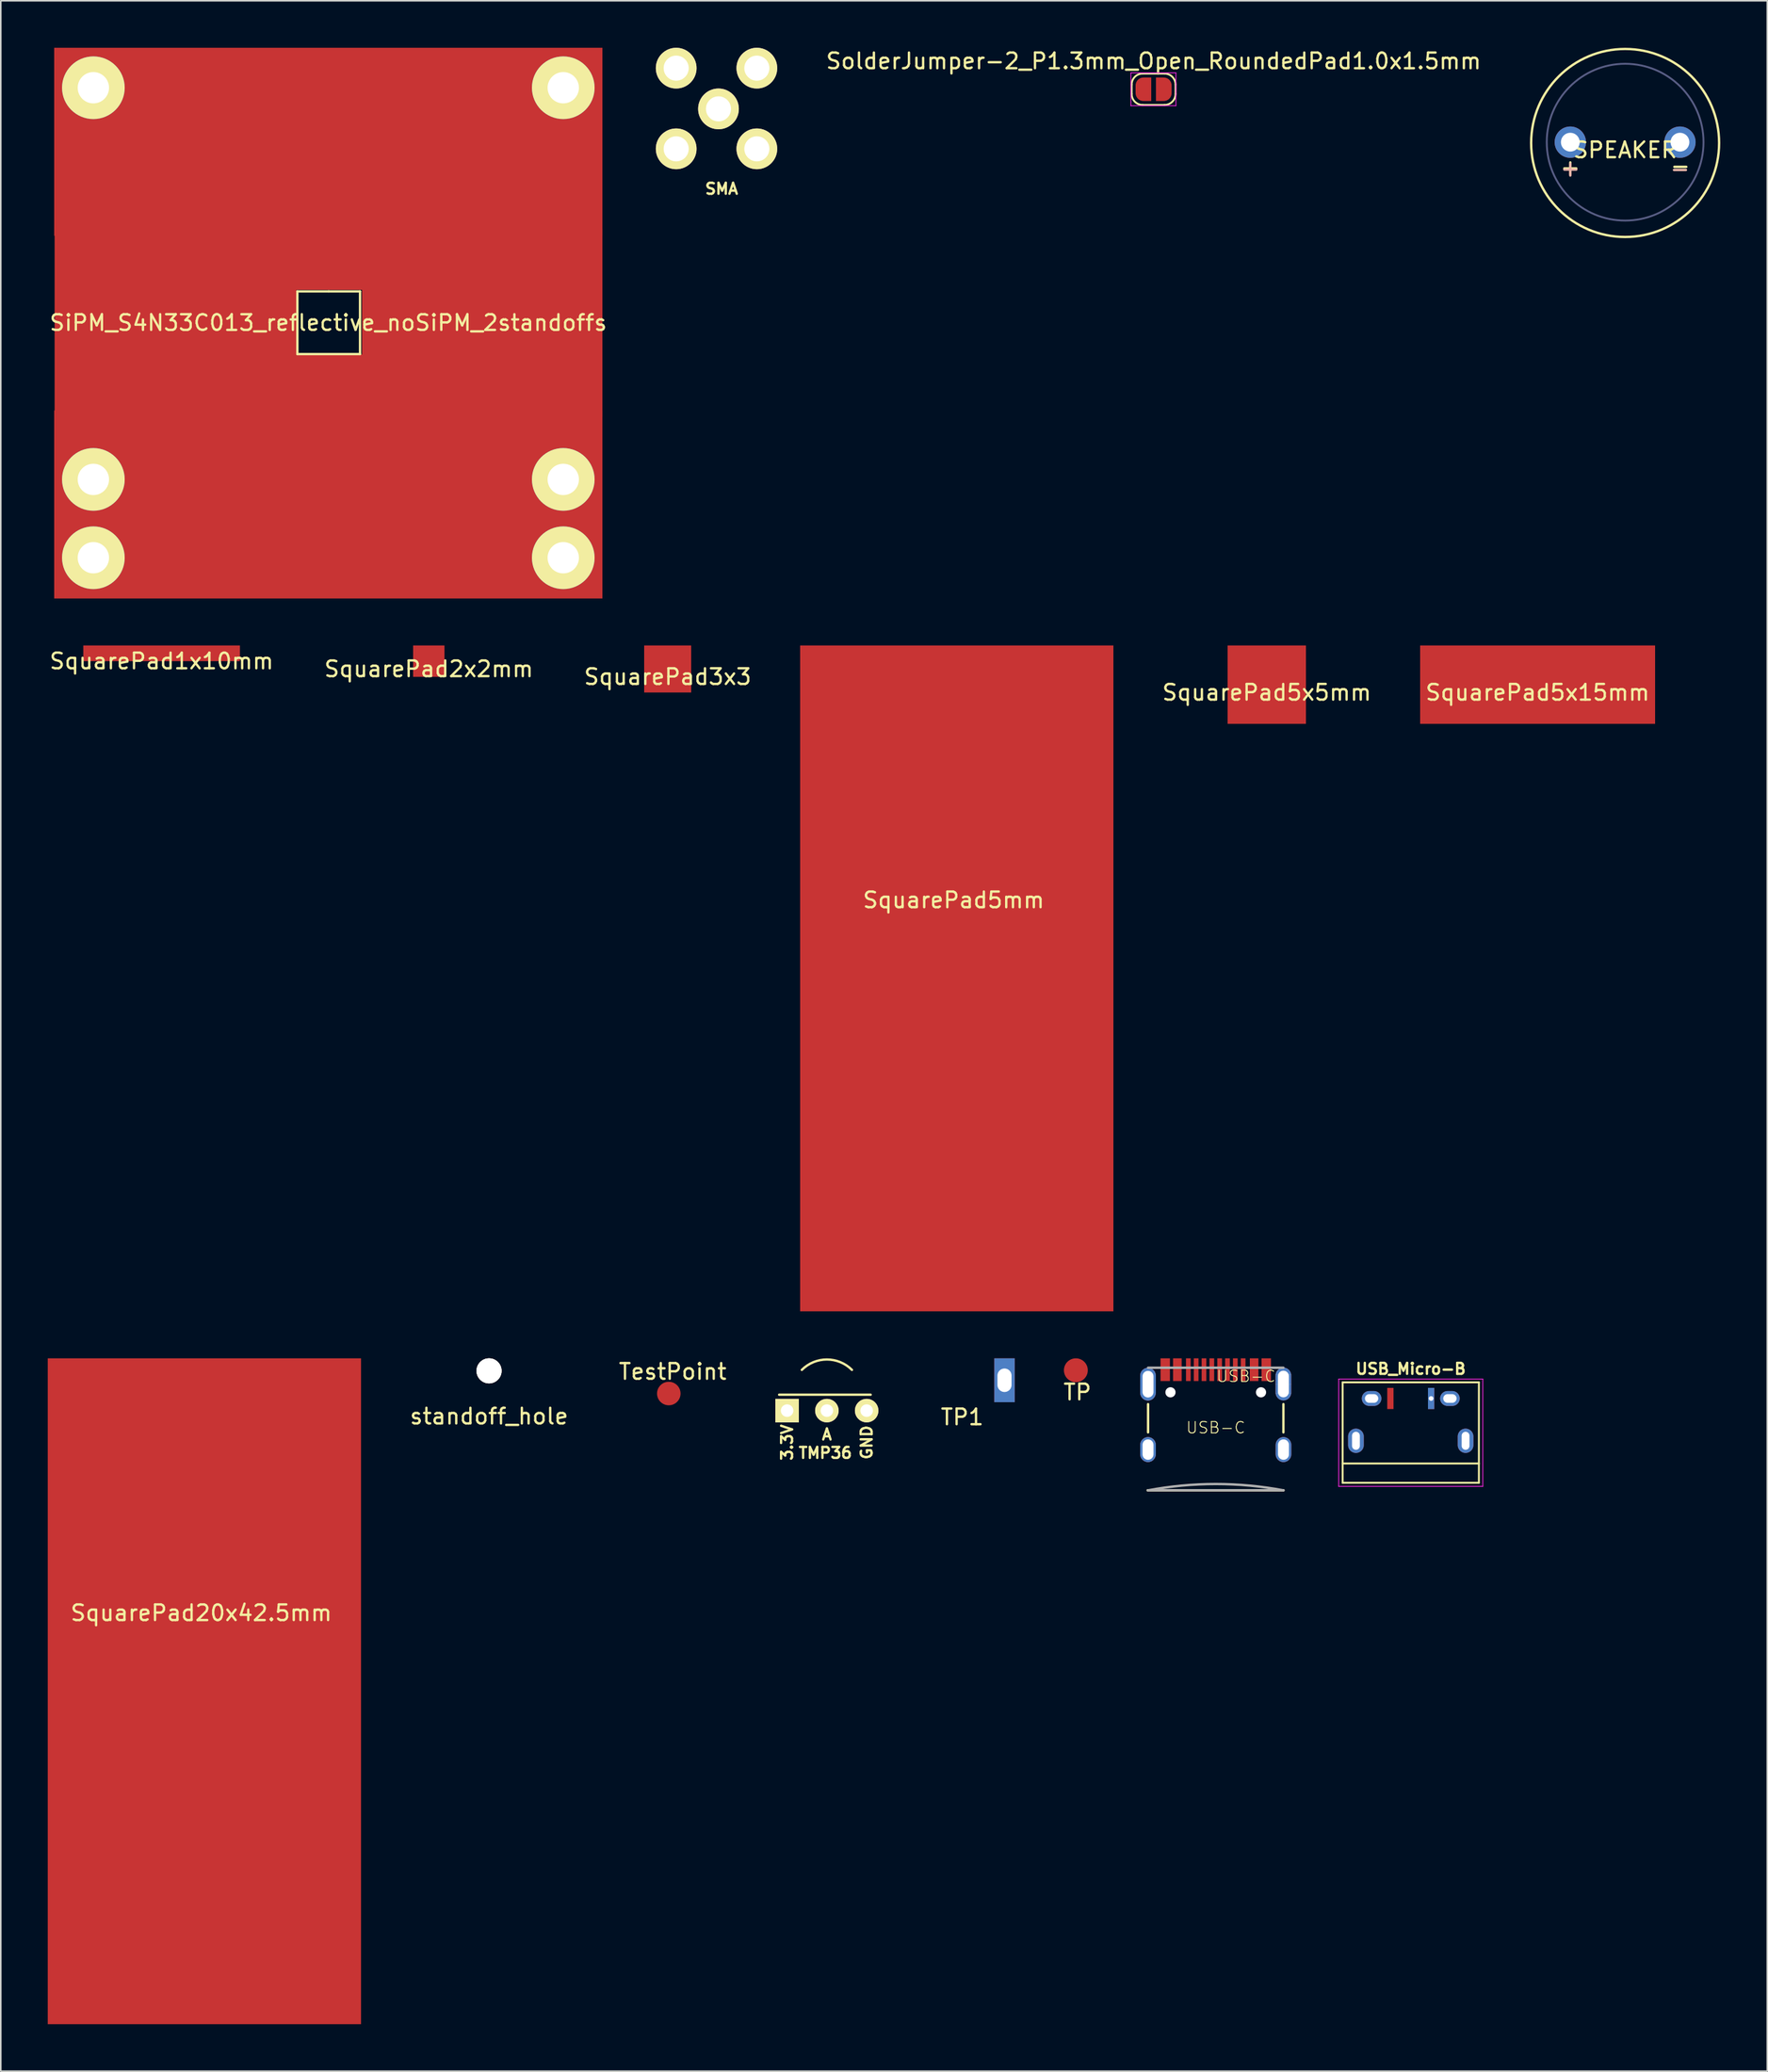
<source format=kicad_pcb>
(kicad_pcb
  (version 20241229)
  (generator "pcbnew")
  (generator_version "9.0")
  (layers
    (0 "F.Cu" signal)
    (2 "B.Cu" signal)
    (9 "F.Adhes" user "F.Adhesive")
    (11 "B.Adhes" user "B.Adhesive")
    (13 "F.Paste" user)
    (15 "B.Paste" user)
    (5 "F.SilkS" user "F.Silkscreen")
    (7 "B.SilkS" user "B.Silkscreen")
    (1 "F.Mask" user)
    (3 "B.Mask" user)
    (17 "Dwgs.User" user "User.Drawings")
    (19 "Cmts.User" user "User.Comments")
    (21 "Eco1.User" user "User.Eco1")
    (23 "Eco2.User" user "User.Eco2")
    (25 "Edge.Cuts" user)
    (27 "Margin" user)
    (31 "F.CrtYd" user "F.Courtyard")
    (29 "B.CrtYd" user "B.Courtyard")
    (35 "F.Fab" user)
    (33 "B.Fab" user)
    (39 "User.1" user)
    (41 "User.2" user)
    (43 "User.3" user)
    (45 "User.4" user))
  (footprint "TP"
    (layer "F.Cu")
    (at 65.638 84.412)
    (property "Reference" "TP" (at 0.1 1.4 0) (layer "F.SilkS") (effects (font (size 1 1) (thickness 0.15))))
    (attr through_hole)
    (pad "1" smd circle (at 0 0) (size 1.524 1.524) (layers "F.Cu" "F.Mask" "F.Paste")))
  (footprint "SquarePad3x3"
    (layer "F.Cu")
    (at 39.577 39.65)
    (property "Reference" "SquarePad3x3" (at 0 0.5 0) (layer "F.SilkS") (effects (font (size 1 1) (thickness 0.15))))
    (attr through_hole)
    (pad "5" smd rect (at 0 0) (size 3 3) (layers "F.Cu" "F.Mask" "F.Paste")))
  (footprint "USB_Micro-B"
    (layer "F.Cu")
    (at 87.019 87.563)
    (property "Reference" "USB_Micro-B" (at 0 -3.24 0) (layer "F.SilkS") (effects (font (size 0.7 0.7) (thickness 0.15))))
    (attr smd)
    (fp_line (start -4.35 -2.38) (end 4.35 -2.38) (stroke (width 0.12) (type solid)) (layer "F.SilkS"))
    (fp_line (start -4.35 4.03) (end -4.35 -2.38) (stroke (width 0.12) (type solid)) (layer "F.SilkS"))
    (fp_line (start -4.35 4.03) (end 4.35 4.03) (stroke (width 0.12) (type solid)) (layer "F.SilkS"))
    (fp_line (start 4.35 -2.38) (end 4.35 4.03) (stroke (width 0.12) (type solid)) (layer "F.SilkS"))
    (fp_line (start 4.35 2.8) (end -4.35 2.8) (stroke (width 0.12) (type solid)) (layer "F.SilkS"))
    (fp_line (start -4.6 -2.59) (end 4.6 -2.59) (stroke (width 0.05) (type solid)) (layer "F.CrtYd"))
    (fp_line (start -4.6 4.26) (end -4.6 -2.59) (stroke (width 0.05) (type solid)) (layer "F.CrtYd"))
    (fp_line (start 4.6 -2.59) (end 4.6 4.26) (stroke (width 0.05) (type solid)) (layer "F.CrtYd"))
    (fp_line (start 4.6 4.26) (end -4.6 4.26) (stroke (width 0.05) (type solid)) (layer "F.CrtYd"))
    (pad "1" smd rect (at -1.3 -1.35 90) (size 1.35 0.4) (layers "F.Cu" "F.Mask" "F.Paste"))
    (pad "5" thru_hole rect (at 1.3 -1.35 90) (size 1.35 0.4) (drill 0.3) (layers "*.Cu" "*.Mask"))
    (pad "6" thru_hole oval (at -3.5 1.35 90) (size 1.55 1) (drill oval 1.15 0.5) (layers "*.Cu" "*.Mask"))
    (pad "6" thru_hole oval (at -2.5 -1.35 90) (size 0.95 1.25) (drill oval 0.55 0.85) (layers "*.Cu" "*.Mask"))
    (pad "6" thru_hole oval (at 2.5 -1.35 90) (size 0.95 1.25) (drill oval 0.55 0.85) (layers "*.Cu" "*.Mask"))
    (pad "6" thru_hole oval (at 3.5 1.35 90) (size 1.55 1) (drill oval 1.15 0.5) (layers "*.Cu" "*.Mask")))
  (footprint "SquarePad5mm"
    (layer "F.Cu")
    (at 58.036 59.4)
    (property "Reference" "SquarePad5mm" (at -0.2 -5 0) (layer "F.SilkS") (effects (font (size 1 1) (thickness 0.15))))
    (attr through_hole)
    (pad "2" smd rect (at 0 0) (size 20 42.5) (layers "F.Cu" "F.Mask" "F.Paste")))
  (footprint "SolderJumper-2_P1.3mm_Open_RoundedPad1.0x1.5mm"
    (layer "F.Cu")
    (at 70.601 2.648)
    (property "Reference" "SolderJumper-2_P1.3mm_Open_RoundedPad1.0x1.5mm" (at 0 -1.8 0) (layer "F.SilkS") (effects (font (size 1 1) (thickness 0.15))))
    (attr exclude_from_pos_files exclude_from_bom)
    (fp_line (start -1.4 0.3) (end -1.4 -0.3) (stroke (width 0.12) (type solid)) (layer "F.SilkS"))
    (fp_line (start -0.7 -1) (end 0.7 -1) (stroke (width 0.12) (type solid)) (layer "F.SilkS"))
    (fp_line (start 0.7 1) (end -0.7 1) (stroke (width 0.12) (type solid)) (layer "F.SilkS"))
    (fp_line (start 1.4 -0.3) (end 1.4 0.3) (stroke (width 0.12) (type solid)) (layer "F.SilkS"))
    (fp_arc (start -1.4 -0.3) (mid -1.194975 -0.794975) (end -0.7 -1) (stroke (width 0.12) (type solid)) (layer "F.SilkS"))
    (fp_arc (start -0.7 1) (mid -1.194975 0.794975) (end -1.4 0.3) (stroke (width 0.12) (type solid)) (layer "F.SilkS"))
    (fp_arc (start 0.7 -1) (mid 1.194975 -0.794975) (end 1.4 -0.3) (stroke (width 0.12) (type solid)) (layer "F.SilkS"))
    (fp_arc (start 1.4 0.3) (mid 1.194975 0.794975) (end 0.7 1) (stroke (width 0.12) (type solid)) (layer "F.SilkS"))
    (fp_line (start -1.45 -1.05) (end -1.45 1.05) (stroke (width 0.05) (type solid)) (layer "F.CrtYd"))
    (fp_line (start -1.45 -1.05) (end 1.425 -1.05) (stroke (width 0.05) (type solid)) (layer "F.CrtYd"))
    (fp_line (start 1.425 1.05) (end -1.45 1.05) (stroke (width 0.05) (type solid)) (layer "F.CrtYd"))
    (fp_line (start 1.425 1.05) (end 1.425 -1.05) (stroke (width 0.05) (type solid)) (layer "F.CrtYd"))
    (pad "1" smd custom (at -0.65 0) (size 1 0.5) (layers "F.Cu" "F.Mask") (options (anchor rect)) (primitives (gr_circle (center 0 0.25) (end 0.5 0.25) (width 0) (fill yes)) (gr_circle (center 0 -0.25) (end 0.5 -0.25) (width 0) (fill yes)) (gr_poly (pts (xy 0 -0.75) (xy 0.5 -0.75) (xy 0.5 0.75) (xy 0 0.75)) (width 0) (fill yes))))
    (pad "2" smd custom (at 0.65 0) (size 1 0.5) (layers "F.Cu" "F.Mask") (options (anchor rect)) (primitives (gr_circle (center 0 0.25) (end 0.5 0.25) (width 0) (fill yes)) (gr_circle (center 0 -0.25) (end 0.5 -0.25) (width 0) (fill yes)) (gr_poly (pts (xy 0 -0.75) (xy -0.5 -0.75) (xy -0.5 0.75) (xy 0 0.75)) (width 0) (fill yes)))))
  (footprint "SiPM_S4N33C013_reflective_noSiPM_2standoffs"
    (layer "F.Cu")
    (at 17.911 17.55)
    (property "Reference" "SiPM_S4N33C013_reflective_noSiPM_2standoffs" (at 0 0 0) (layer "F.SilkS") (effects (font (size 1 1) (thickness 0.15))))
    (attr through_hole)
    (fp_line (start -1.975 -2) (end 0.025 -2) (stroke (width 0.15) (type solid)) (layer "F.SilkS"))
    (fp_line (start -1.975 2) (end -1.975 -2) (stroke (width 0.15) (type solid)) (layer "F.SilkS"))
    (fp_line (start 0.025 -2) (end 2.025 -2) (stroke (width 0.15) (type solid)) (layer "F.SilkS"))
    (fp_line (start 2.025 -2) (end 2.025 2) (stroke (width 0.15) (type solid)) (layer "F.SilkS"))
    (fp_line (start 2.025 2) (end -1.975 2) (stroke (width 0.15) (type solid)) (layer "F.SilkS"))
    (pad "1" thru_hole circle (at -15 -15) (size 4 4) (drill 2) (layers "*.Cu" "*.Mask" "F.SilkS"))
    (pad "1" thru_hole circle (at -15 10) (size 4 4) (drill 2) (layers "*.Cu" "*.Mask" "F.SilkS"))
    (pad "1" thru_hole circle (at -15 15) (size 4 4) (drill 2) (layers "*.Cu" "*.Mask" "F.SilkS"))
    (pad "1" smd rect (at -11.475 -0.1) (size 12 12) (layers "F.Cu" "F.Mask" "F.Paste"))
    (pad "1" smd rect (at -8.025 0.55) (size 12 12) (layers "F.Cu" "F.Mask" "F.Paste"))
    (pad "1" smd rect (at -1.875 8.025) (size 12 12) (layers "F.Cu" "F.Mask" "F.Paste"))
    (pad "1" smd rect (at -0.55 -8.1) (size 12 12) (layers "F.Cu" "F.Mask" "F.Paste"))
    (pad "1" smd rect (at 0 -11.55) (size 35 12) (layers "F.Cu" "F.Mask" "F.Paste"))
    (pad "1" smd rect (at 0 11.6) (size 35 12) (layers "F.Cu" "F.Mask" "F.Paste"))
    (pad "1" smd rect (at 7.5 -5.15) (size 4 2) (layers "F.Cu" "F.Mask" "F.Paste"))
    (pad "1" smd rect (at 7.5 -3.15) (size 4 2) (layers "F.Cu" "F.Mask" "F.Paste"))
    (pad "1" smd rect (at 8.15 0.075) (size 12 12) (layers "F.Cu" "F.Mask" "F.Paste"))
    (pad "1" smd rect (at 11.5 0) (size 12 12) (layers "F.Cu" "F.Mask" "F.Paste"))
    (pad "1" thru_hole circle (at 15 -15) (size 4 4) (drill 2) (layers "*.Cu" "*.Mask" "F.SilkS"))
    (pad "1" thru_hole circle (at 15 10) (size 4 4) (drill 2) (layers "*.Cu" "*.Mask" "F.SilkS"))
    (pad "1" thru_hole circle (at 15 15) (size 4 4) (drill 2) (layers "*.Cu" "*.Mask" "F.SilkS")))
  (footprint "SquarePad20x42.5mm"
    (layer "F.Cu")
    (at 10 104.9)
    (property "Reference" "SquarePad20x42.5mm" (at -0.2 -5 0) (layer "F.SilkS") (effects (font (size 1 1) (thickness 0.15))))
    (attr through_hole)
    (pad "2" smd rect (at 0 0) (size 20 42.5) (layers "F.Cu" "F.Mask" "F.Paste")))
  (footprint "SquarePad1x10mm"
    (layer "F.Cu")
    (at 7.268 38.65)
    (property "Reference" "SquarePad1x10mm" (at 0 0.5 0) (layer "F.SilkS") (effects (font (size 1 1) (thickness 0.15))))
    (attr through_hole)
    (pad "4" smd rect (at 0 0) (size 10 1) (layers "F.Cu" "F.Mask" "F.Paste")))
  (footprint "SquarePad5x15mm"
    (layer "F.Cu")
    (at 95.119 40.65)
    (property "Reference" "SquarePad5x15mm" (at 0 0.5 0) (layer "F.SilkS") (effects (font (size 1 1) (thickness 0.15))))
    (attr through_hole)
    (pad "3" smd rect (at 0 0) (size 15 5) (layers "F.Cu" "F.Mask" "F.Paste")))
  (footprint "TP1"
    (layer "F.Cu")
    (at 56.282 84.3)
    (property "Reference" "TP1" (at 2.1 3.1 0) (layer "F.SilkS") (effects (font (size 1 1) (thickness 0.15))))
    (attr through_hole)
    (pad "1" thru_hole rect (at 4.8 0.75 90) (size 2.8 1.3) (drill oval 1.5 0.9) (layers "*.Cu" "*.Mask")))
  (footprint "SquarePad5x5mm"
    (layer "F.Cu")
    (at 77.827 40.65)
    (property "Reference" "SquarePad5x5mm" (at 0 0.5 0) (layer "F.SilkS") (effects (font (size 1 1) (thickness 0.15))))
    (attr through_hole)
    (pad "3" smd rect (at 0 0) (size 5 5) (layers "F.Cu" "F.Mask" "F.Paste")))
  (footprint "SquarePad2x2mm"
    (layer "F.Cu")
    (at 24.327 39.15)
    (property "Reference" "SquarePad2x2mm" (at 0 0.5 0) (layer "F.SilkS") (effects (font (size 1 1) (thickness 0.15))))
    (attr through_hole)
    (pad "6" smd rect (at 0 0) (size 2 2) (layers "F.Cu" "F.Mask" "F.Paste")))
  (footprint "SPEAKER"
    (layer "F.Cu")
    (at 100.706 6.025)
    (property "Reference" "SPEAKER" (at 0 0.5 0) (layer "F.SilkS") (effects (font (size 1 1) (thickness 0.15))))
    (attr through_hole)
    (fp_circle (center 0 0.05) (end 6 0.05) (stroke (width 0.15) (type solid)) (fill no) (layer "F.SilkS"))
    (fp_circle (center 0 0) (end 0.2 5) (stroke (width 0.12) (type solid)) (fill no) (layer "B.Fab"))
    (fp_text user "-" (at 3.525 1.5 0) (layer "F.SilkS") (effects (font (size 1 1) (thickness 0.15))))
    (fp_text user "+" (at -3.5 1.6 0) (layer "F.SilkS") (effects (font (size 1 1) (thickness 0.15))))
    (fp_text user "-" (at 3.5 1.7 0) (layer "B.SilkS") (effects (font (size 1 1) (thickness 0.15))))
    (fp_text user "+" (at -3.5 1.675 0) (layer "B.SilkS") (effects (font (size 1 1) (thickness 0.15))))
    (pad "1" thru_hole circle (at -3.5 0) (size 2 2) (drill 1.2) (layers "*.Cu" "*.Mask"))
    (pad "2" thru_hole circle (at 3.5 0) (size 2 2) (drill 1.2) (layers "*.Cu" "*.Mask")))
  (footprint "TestPoint"
    (layer "F.Cu")
    (at 39.649 85.898)
    (property "Reference" "TestPoint" (at 0.25 -1.4 0) (layer "F.SilkS") (effects (font (size 1 1) (thickness 0.15))))
    (attr through_hole)
    (pad "1" smd circle (at 0 0) (size 1.5 1.5) (layers "F.Cu" "F.Mask" "F.Paste")))
  (footprint "standoff_hole"
    (layer "F.Cu")
    (at 28.173 84.45)
    (property "Reference" "standoff_hole" (at 0 2.9 0) (layer "F.SilkS") (effects (font (size 1 1) (thickness 0.15))))
    (attr through_hole)
    (pad "1" thru_hole circle (at 0 0) (size 1.6 1.6) (drill 1.6) (layers "*.Cu" "*.Mask" "F.SilkS")))
  (footprint "SMA"
    (placed yes)
    (layer "F.Cu")
    (at 42.821 3.9)
    (property "Reference" "SMA" (at 0.2 5.1 0) (layer "F.SilkS") (effects (font (size 0.7 0.7) (thickness 0.15))))
    (attr through_hole)
    (pad "1" thru_hole circle (at 0 0) (size 2.6 2.6) (drill 1.6) (layers "*.Cu" "*.Mask" "F.SilkS"))
    (pad "2" thru_hole circle (at -2.7 -2.6) (size 2.6 2.6) (drill 1.6) (layers "*.Cu" "*.Mask" "F.SilkS"))
    (pad "2" thru_hole circle (at -2.7 2.55) (size 2.6 2.6) (drill 1.6) (layers "*.Cu" "*.Mask" "F.SilkS"))
    (pad "2" thru_hole circle (at 2.45 -2.6) (size 2.6 2.6) (drill 1.6) (layers "*.Cu" "*.Mask" "F.SilkS"))
    (pad "2" thru_hole circle (at 2.45 2.55) (size 2.6 2.6) (drill 1.6) (layers "*.Cu" "*.Mask" "F.SilkS")))
  (footprint "USB-C"
    (layer "F.Cu")
    (at 74.569 84.375)
    (property "Reference" "USB-C" (at 0 0 0) (layer "F.SilkS") (effects (font (size 0.724 0.724) (thickness 0.058)) (justify left top)))
    (attr through_hole)
    (fp_line (start -4.35 7.7) (end 4.325 7.7) (stroke (width 0.15) (type solid)) (layer "F.SilkS"))
    (fp_line (start -4.32 2.2) (end -4.32 4) (stroke (width 0.152) (type solid)) (layer "F.SilkS"))
    (fp_line (start 4.32 2.2) (end 4.32 4) (stroke (width 0.152) (type solid)) (layer "F.SilkS"))
    (fp_line (start -4.32 -0.125) (end 4.32 -0.125) (stroke (width 0.152) (type solid)) (layer "F.Fab"))
    (fp_line (start -4.32 7.695) (end 4.32 7.695) (stroke (width 0.152) (type solid)) (layer "F.Fab"))
    (fp_line (start 3.82 0.315) (end 4.82 0.315) (stroke (width 0.01) (type solid)) (layer "F.Fab"))
    (fp_line (start 3.82 0.915) (end 4.82 0.915) (stroke (width 0.01) (type solid)) (layer "F.Fab"))
    (fp_line (start 3.82 1.515) (end 4.82 1.515) (stroke (width 0.01) (type solid)) (layer "F.Fab"))
    (fp_arc (start -4.32 7.7) (mid 0 7.297675) (end 4.32 7.7) (stroke (width 0.1524) (type solid)) (layer "F.Fab"))
    (fp_text user "USB-C" (at 0 3.7 180) (layer "F.SilkS") (effects (font (size 0.724 0.724) (thickness 0.061))))
    (pad "" np_thru_hole circle (at -2.89 1.445) (size 0.65 0.65) (drill 0.65) (layers "*.Cu" "*.Mask"))
    (pad "" np_thru_hole circle (at 2.89 1.445) (size 0.65 0.65) (drill 0.65) (layers "*.Cu" "*.Mask"))
    (pad "1" thru_hole roundrect (at -4.325 0.925 180) (size 1 2.1) (drill oval 0.7 1.7) (layers "*.Cu" "*.Mask") (roundrect_rratio 0.5))
    (pad "1" thru_hole roundrect (at -4.325 5.1 180) (size 1 1.6) (drill oval 0.7 1.3) (layers "*.Cu" "*.Mask") (roundrect_rratio 0.5))
    (pad "1" smd rect (at -3.225 0 180) (size 0.6 1.45) (layers "F.Cu" "F.Mask" "F.Paste"))
    (pad "1" smd rect (at 3.225 0) (size 0.6 1.45) (layers "F.Cu" "F.Mask" "F.Paste"))
    (pad "1" thru_hole roundrect (at 4.32 0.915 180) (size 1 2.1) (drill oval 0.7 1.7) (layers "*.Cu" "*.Mask") (roundrect_rratio 0.5))
    (pad "1" thru_hole roundrect (at 4.325 5.1 180) (size 1 1.6) (drill oval 0.7 1.3) (layers "*.Cu" "*.Mask") (roundrect_rratio 0.5))
    (pad "2" smd rect (at -2.45 0 180) (size 0.55 1.45) (layers "F.Cu" "F.Mask" "F.Paste"))
    (pad "3" smd rect (at -1.75 0 180) (size 0.3 1.45) (layers "F.Cu" "F.Mask" "F.Paste"))
    (pad "4" smd rect (at -1.25 0 180) (size 0.3 1.45) (layers "F.Cu" "F.Mask" "F.Paste"))
    (pad "5" smd rect (at -0.75 0 180) (size 0.3 1.45) (layers "F.Cu" "F.Mask" "F.Paste"))
    (pad "6" smd rect (at -0.25 0 180) (size 0.3 1.45) (layers "F.Cu" "F.Mask" "F.Paste"))
    (pad "7" smd rect (at 0.25 0) (size 0.3 1.45) (layers "F.Cu" "F.Mask" "F.Paste"))
    (pad "8" smd rect (at 0.75 0) (size 0.3 1.45) (layers "F.Cu" "F.Mask" "F.Paste"))
    (pad "9" smd rect (at 1.25 0) (size 0.3 1.45) (layers "F.Cu" "F.Mask" "F.Paste"))
    (pad "10" smd rect (at 1.75 0) (size 0.3 1.45) (layers "F.Cu" "F.Mask" "F.Paste"))
    (pad "11" smd rect (at 2.45 0) (size 0.55 1.45) (layers "F.Cu" "F.Mask" "F.Paste")))
  (footprint "TMP36"
    (layer "F.Cu")
    (at 49.742 86.988)
    (property "Reference" "TMP36" (at -0.1 2.7 0) (layer "F.SilkS") (effects (font (size 0.7 0.7) (thickness 0.15))))
    (attr through_hole)
    (fp_line (start -3.048 -1.016) (end 2.794 -1.016) (stroke (width 0.15) (type solid)) (layer "F.SilkS"))
    (fp_arc (start -1.6 -2.6) (mid 0 -3.262742) (end 1.6 -2.6) (stroke (width 0.15) (type solid)) (layer "F.SilkS"))
    (fp_text user "GND" (at 2.54 2.032 90) (layer "F.SilkS") (effects (font (size 0.7 0.7) (thickness 0.15))))
    (fp_text user "3.3V" (at -2.54 2.032 90) (layer "F.SilkS") (effects (font (size 0.7 0.7) (thickness 0.15))))
    (fp_text user "A" (at 0 1.524 0) (layer "F.SilkS") (effects (font (size 0.7 0.7) (thickness 0.15))))
    (pad "1" thru_hole rect (at -2.54 0) (size 1.5 1.5) (drill 0.8) (layers "*.Cu" "*.Mask" "F.SilkS"))
    (pad "2" thru_hole circle (at 0 0) (size 1.5 1.5) (drill 0.8) (layers "*.Cu" "*.Mask" "F.SilkS"))
    (pad "3" thru_hole circle (at 2.54 0) (size 1.5 1.5) (drill 0.8) (layers "*.Cu" "*.Mask" "F.SilkS")))
  (gr_rect
    (start -3 -3)
    (end 109.781 129.15)
    (stroke (width 0.1) (type default))
    (fill no)
    (layer "Edge.Cuts")))
</source>
